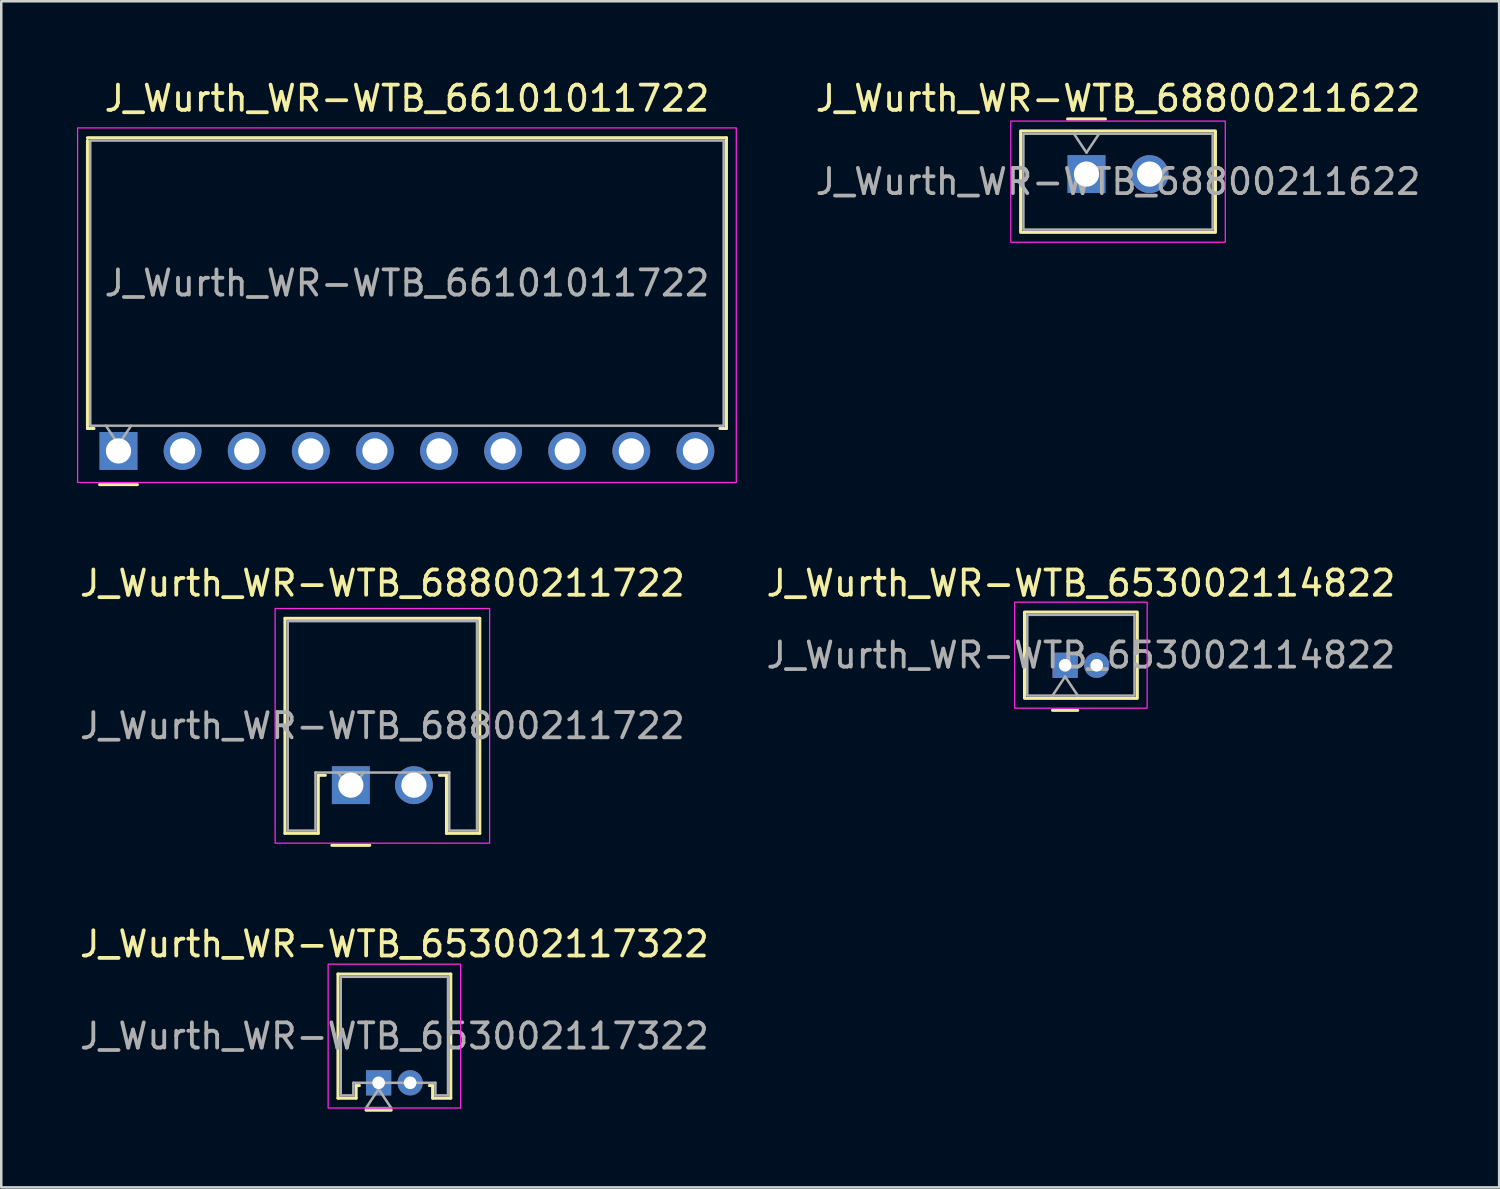
<source format=kicad_pcb>
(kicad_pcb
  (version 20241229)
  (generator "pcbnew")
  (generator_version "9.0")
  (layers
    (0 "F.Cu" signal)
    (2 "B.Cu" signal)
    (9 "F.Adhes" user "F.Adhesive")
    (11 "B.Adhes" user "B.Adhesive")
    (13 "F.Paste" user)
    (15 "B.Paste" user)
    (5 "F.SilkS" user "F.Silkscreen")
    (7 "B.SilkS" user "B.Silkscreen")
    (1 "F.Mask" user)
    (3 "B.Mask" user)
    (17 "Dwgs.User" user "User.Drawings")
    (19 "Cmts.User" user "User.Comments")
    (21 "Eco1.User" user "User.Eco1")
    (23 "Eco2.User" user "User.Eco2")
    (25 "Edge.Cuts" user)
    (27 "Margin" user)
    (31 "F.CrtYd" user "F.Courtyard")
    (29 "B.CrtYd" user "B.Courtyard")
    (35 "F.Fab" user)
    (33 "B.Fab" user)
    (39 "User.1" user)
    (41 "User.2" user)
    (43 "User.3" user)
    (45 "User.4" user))
  (footprint "J_Wurth_WR-WTB_68800211622"
    (layer "F.Cu")
    (at 40.001 3.848)
    (property "Reference" "J_Wurth_WR-WTB_68800211622" (at 1.25 -3 0) (unlocked yes) (layer "F.SilkS") (effects (font (size 1 1) (thickness 0.15))))
    (attr through_hole)
    (fp_line (start -0.75 -2.185) (end 0.75 -2.185) (stroke (width 0.12) (type solid)) (layer "F.SilkS"))
    (fp_rect (start -2.61 2.31) (end 5.11 -1.71) (stroke (width 0.12) (type default)) (fill no) (layer "F.SilkS"))
    (fp_rect (start -3 2.7) (end 5.5 -2.1) (stroke (width 0.05) (type default)) (fill no) (layer "F.CrtYd"))
    (fp_line (start 0 -0.85) (end -0.5 -1.6) (stroke (width 0.1) (type solid)) (layer "F.Fab"))
    (fp_line (start 0 -0.85) (end 0.5 -1.6) (stroke (width 0.1) (type solid)) (layer "F.Fab"))
    (fp_rect (start -2.5 2.2) (end 5 -1.6) (stroke (width 0.1) (type solid)) (fill no) (layer "F.Fab"))
    (fp_text user "${REFERENCE}" (at 1.25 0.3 0) (unlocked yes) (layer "F.Fab") (effects (font (size 1 1) (thickness 0.15))))
    (pad "1" thru_hole rect (at 0 0 180) (size 1.5 1.5) (drill 1) (layers "*.Cu" "*.Mask"))
    (pad "2" thru_hole circle (at 2.5 0 180) (size 1.5 1.5) (drill 1) (layers "*.Cu" "*.Mask")))
  (footprint "J_Wurth_WR-WTB_653002117322"
    (layer "F.Cu")
    (at 11.952 39.855)
    (property "Reference" "J_Wurth_WR-WTB_653002117322" (at 0.625 -5.5 0) (unlocked yes) (layer "F.SilkS") (effects (font (size 1 1) (thickness 0.15))))
    (attr through_hole)
    (fp_line (start -1.61 -4.31) (end 2.86 -4.31) (stroke (width 0.12) (type default)) (layer "F.SilkS"))
    (fp_line (start -1.61 0.61) (end -1.61 -4.31) (stroke (width 0.12) (type default)) (layer "F.SilkS"))
    (fp_line (start -1.61 0.61) (end -0.89 0.61) (stroke (width 0.12) (type solid)) (layer "F.SilkS"))
    (fp_line (start -0.89 0.61) (end -0.89 0.11) (stroke (width 0.12) (type solid)) (layer "F.SilkS"))
    (fp_line (start -0.76 0.11) (end -0.89 0.11) (stroke (width 0.12) (type solid)) (layer "F.SilkS"))
    (fp_line (start -0.5 1.085) (end 0.5 1.085) (stroke (width 0.12) (type solid)) (layer "F.SilkS"))
    (fp_line (start 2.14 0.11) (end 2.01 0.11) (stroke (width 0.12) (type solid)) (layer "F.SilkS"))
    (fp_line (start 2.14 0.61) (end 2.14 0.11) (stroke (width 0.12) (type solid)) (layer "F.SilkS"))
    (fp_line (start 2.86 -4.31) (end 2.86 0.61) (stroke (width 0.12) (type default)) (layer "F.SilkS"))
    (fp_line (start 2.86 0.61) (end 2.14 0.61) (stroke (width 0.12) (type solid)) (layer "F.SilkS"))
    (fp_rect (start -2 -4.7) (end 3.25 1) (stroke (width 0.05) (type default)) (fill no) (layer "F.CrtYd"))
    (fp_line (start -1.5 -4.2) (end 2.75 -4.2) (stroke (width 0.1) (type default)) (layer "F.Fab"))
    (fp_line (start -1.5 0.5) (end -1.5 -4.2) (stroke (width 0.1) (type default)) (layer "F.Fab"))
    (fp_line (start -1.5 0.5) (end -1 0.5) (stroke (width 0.1) (type solid)) (layer "F.Fab"))
    (fp_line (start -1 0.5) (end -1 0) (stroke (width 0.1) (type solid)) (layer "F.Fab"))
    (fp_line (start 0 0.25) (end -0.5 1) (stroke (width 0.1) (type solid)) (layer "F.Fab"))
    (fp_line (start 0 0.25) (end 0.5 1) (stroke (width 0.1) (type solid)) (layer "F.Fab"))
    (fp_line (start 0.5 1) (end -0.5 1) (stroke (width 0.1) (type default)) (layer "F.Fab"))
    (fp_line (start 2.25 0) (end -1 0) (stroke (width 0.1) (type default)) (layer "F.Fab"))
    (fp_line (start 2.25 0.5) (end 2.25 0) (stroke (width 0.1) (type solid)) (layer "F.Fab"))
    (fp_line (start 2.75 -4.2) (end 2.75 0.5) (stroke (width 0.1) (type default)) (layer "F.Fab"))
    (fp_line (start 2.75 0.5) (end 2.25 0.5) (stroke (width 0.1) (type solid)) (layer "F.Fab"))
    (fp_text user "${REFERENCE}" (at 0.625 -1.85 0) (unlocked yes) (layer "F.Fab") (effects (font (size 1 1) (thickness 0.15))))
    (pad "1" thru_hole rect (at 0 0 180) (size 1 1) (drill 0.5) (layers "*.Cu" "*.Mask"))
    (pad "2" thru_hole circle (at 1.25 0 180) (size 1 1) (drill 0.5) (layers "*.Cu" "*.Mask")))
  (footprint "J_Wurth_WR-WTB_68800211722"
    (layer "F.Cu")
    (at 10.851 28.061)
    (property "Reference" "J_Wurth_WR-WTB_68800211722" (at 1.25 -8 0) (unlocked yes) (layer "F.SilkS") (effects (font (size 1 1) (thickness 0.15))))
    (attr through_hole)
    (fp_line (start -2.61 -6.61) (end 5.11 -6.61) (stroke (width 0.12) (type default)) (layer "F.SilkS"))
    (fp_line (start -2.61 1.91) (end -2.61 -6.61) (stroke (width 0.12) (type default)) (layer "F.SilkS"))
    (fp_line (start -2.61 1.91) (end -1.29 1.91) (stroke (width 0.12) (type solid)) (layer "F.SilkS"))
    (fp_line (start -1.29 1.91) (end -1.29 -0.39) (stroke (width 0.12) (type solid)) (layer "F.SilkS"))
    (fp_line (start -1.01 -0.39) (end -1.29 -0.39) (stroke (width 0.12) (type solid)) (layer "F.SilkS"))
    (fp_line (start 0.75 2.385) (end -0.75 2.385) (stroke (width 0.12) (type solid)) (layer "F.SilkS"))
    (fp_line (start 3.79 -0.39) (end 3.51 -0.39) (stroke (width 0.12) (type solid)) (layer "F.SilkS"))
    (fp_line (start 3.79 1.91) (end 3.79 -0.39) (stroke (width 0.12) (type solid)) (layer "F.SilkS"))
    (fp_line (start 5.11 -6.61) (end 5.11 1.91) (stroke (width 0.12) (type default)) (layer "F.SilkS"))
    (fp_line (start 5.11 1.91) (end 3.79 1.91) (stroke (width 0.12) (type solid)) (layer "F.SilkS"))
    (fp_rect (start -3 -7) (end 5.5 2.3) (stroke (width 0.05) (type default)) (fill no) (layer "F.CrtYd"))
    (fp_line (start -2.5 -6.5) (end 5 -6.5) (stroke (width 0.1) (type default)) (layer "F.Fab"))
    (fp_line (start -2.5 1.8) (end -2.5 -6.5) (stroke (width 0.1) (type default)) (layer "F.Fab"))
    (fp_line (start -2.5 1.8) (end -1.4 1.8) (stroke (width 0.1) (type solid)) (layer "F.Fab"))
    (fp_line (start -1.4 -0.5) (end 3.9 -0.5) (stroke (width 0.1) (type default)) (layer "F.Fab"))
    (fp_line (start -1.4 1.8) (end -1.4 -0.5) (stroke (width 0.1) (type solid)) (layer "F.Fab"))
    (fp_line (start 0 0.25) (end -0.5 -0.5) (stroke (width 0.1) (type solid)) (layer "F.Fab"))
    (fp_line (start 0 0.25) (end 0.5 -0.5) (stroke (width 0.1) (type solid)) (layer "F.Fab"))
    (fp_line (start 3.9 1.8) (end 3.9 -0.5) (stroke (width 0.1) (type solid)) (layer "F.Fab"))
    (fp_line (start 5 -6.5) (end 5 1.8) (stroke (width 0.1) (type default)) (layer "F.Fab"))
    (fp_line (start 5 1.8) (end 3.9 1.8) (stroke (width 0.1) (type solid)) (layer "F.Fab"))
    (fp_text user "${REFERENCE}" (at 1.25 -2.35 0) (unlocked yes) (layer "F.Fab") (effects (font (size 1 1) (thickness 0.15))))
    (pad "1" thru_hole rect (at 0 0 180) (size 1.5 1.5) (drill 1) (layers "*.Cu" "*.Mask"))
    (pad "2" thru_hole circle (at 2.5 0 180) (size 1.5 1.5) (drill 1) (layers "*.Cu" "*.Mask")))
  (footprint "J_Wurth_WR-WTB_653002114822"
    (layer "F.Cu")
    (at 39.155 23.311)
    (property "Reference" "J_Wurth_WR-WTB_653002114822" (at 0.625 -3.25 0) (unlocked yes) (layer "F.SilkS") (effects (font (size 1 1) (thickness 0.15))))
    (attr through_hole)
    (fp_line (start -0.5 1.785) (end 0.5 1.785) (stroke (width 0.12) (type solid)) (layer "F.SilkS"))
    (fp_rect (start -1.61 -2.11) (end 2.86 1.31) (stroke (width 0.12) (type default)) (fill no) (layer "F.SilkS"))
    (fp_rect (start -2 -2.5) (end 3.25 1.7) (stroke (width 0.05) (type default)) (fill no) (layer "F.CrtYd"))
    (fp_line (start 0 0.45) (end -0.5 1.2) (stroke (width 0.1) (type solid)) (layer "F.Fab"))
    (fp_line (start 0 0.45) (end 0.5 1.2) (stroke (width 0.1) (type solid)) (layer "F.Fab"))
    (fp_rect (start -1.5 -2) (end 2.75 1.2) (stroke (width 0.1) (type solid)) (fill no) (layer "F.Fab"))
    (fp_text user "${REFERENCE}" (at 0.625 -0.4 0) (unlocked yes) (layer "F.Fab") (effects (font (size 1 1) (thickness 0.15))))
    (pad "1" thru_hole rect (at 0 0 180) (size 1 1) (drill 0.5) (layers "*.Cu" "*.Mask"))
    (pad "2" thru_hole circle (at 1.25 0 180) (size 1 1) (drill 0.5) (layers "*.Cu" "*.Mask")))
  (footprint "J_Wurth_WR-WTB_66101011722"
    (layer "F.Cu")
    (at 1.645 14.818)
    (property "Reference" "J_Wurth_WR-WTB_66101011722" (at 11.43 -13.97 0) (unlocked yes) (layer "F.SilkS") (effects (font (size 1 1) (thickness 0.15))))
    (attr through_hole)
    (fp_line (start -1.23 -12.41) (end 24.09 -12.41) (stroke (width 0.12) (type default)) (layer "F.SilkS"))
    (fp_line (start -1.23 -0.89) (end -1.23 -12.3) (stroke (width 0.12) (type solid)) (layer "F.SilkS"))
    (fp_line (start -1.23 -0.89) (end -0.97 -0.89) (stroke (width 0.12) (type solid)) (layer "F.SilkS"))
    (fp_line (start 0.75 1.335) (end -0.75 1.335) (stroke (width 0.12) (type solid)) (layer "F.SilkS"))
    (fp_line (start 23.83 -0.89) (end 24.09 -0.89) (stroke (width 0.12) (type solid)) (layer "F.SilkS"))
    (fp_line (start 24.09 -12.41) (end 24.09 -0.89) (stroke (width 0.12) (type solid)) (layer "F.SilkS"))
    (fp_rect (start -1.62 -12.8) (end 24.48 1.25) (stroke (width 0.05) (type solid)) (fill no) (layer "F.CrtYd"))
    (fp_line (start 0 -0.25) (end -0.5 -1) (stroke (width 0.1) (type solid)) (layer "F.Fab"))
    (fp_line (start 0 -0.25) (end 0.5 -1) (stroke (width 0.1) (type solid)) (layer "F.Fab"))
    (fp_rect (start -1.12 -12.3) (end 23.98 -1) (stroke (width 0.1) (type solid)) (fill no) (layer "F.Fab"))
    (fp_text user "${REFERENCE}" (at 11.43 -6.65 0) (unlocked yes) (layer "F.Fab") (effects (font (size 1 1) (thickness 0.15))))
    (pad "1" thru_hole rect (at 0 0 180) (size 1.5 1.5) (drill 1) (layers "*.Cu" "*.Mask"))
    (pad "2" thru_hole circle (at 2.54 0 180) (size 1.5 1.5) (drill 1) (layers "*.Cu" "*.Mask"))
    (pad "3" thru_hole circle (at 5.08 0 180) (size 1.5 1.5) (drill 1) (layers "*.Cu" "*.Mask"))
    (pad "4" thru_hole circle (at 7.62 0 180) (size 1.5 1.5) (drill 1) (layers "*.Cu" "*.Mask"))
    (pad "5" thru_hole circle (at 10.16 0 180) (size 1.5 1.5) (drill 1) (layers "*.Cu" "*.Mask"))
    (pad "6" thru_hole circle (at 12.7 0 180) (size 1.5 1.5) (drill 1) (layers "*.Cu" "*.Mask"))
    (pad "7" thru_hole circle (at 15.24 0 180) (size 1.5 1.5) (drill 1) (layers "*.Cu" "*.Mask"))
    (pad "8" thru_hole circle (at 17.78 0 180) (size 1.5 1.5) (drill 1) (layers "*.Cu" "*.Mask"))
    (pad "9" thru_hole circle (at 20.32 0 180) (size 1.5 1.5) (drill 1) (layers "*.Cu" "*.Mask"))
    (pad "10" thru_hole circle (at 22.86 0 180) (size 1.5 1.5) (drill 1) (layers "*.Cu" "*.Mask")))
  (gr_rect
    (start -3 -3)
    (end 56.352 44)
    (stroke (width 0.1) (type default))
    (fill no)
    (layer "Edge.Cuts")))
</source>
